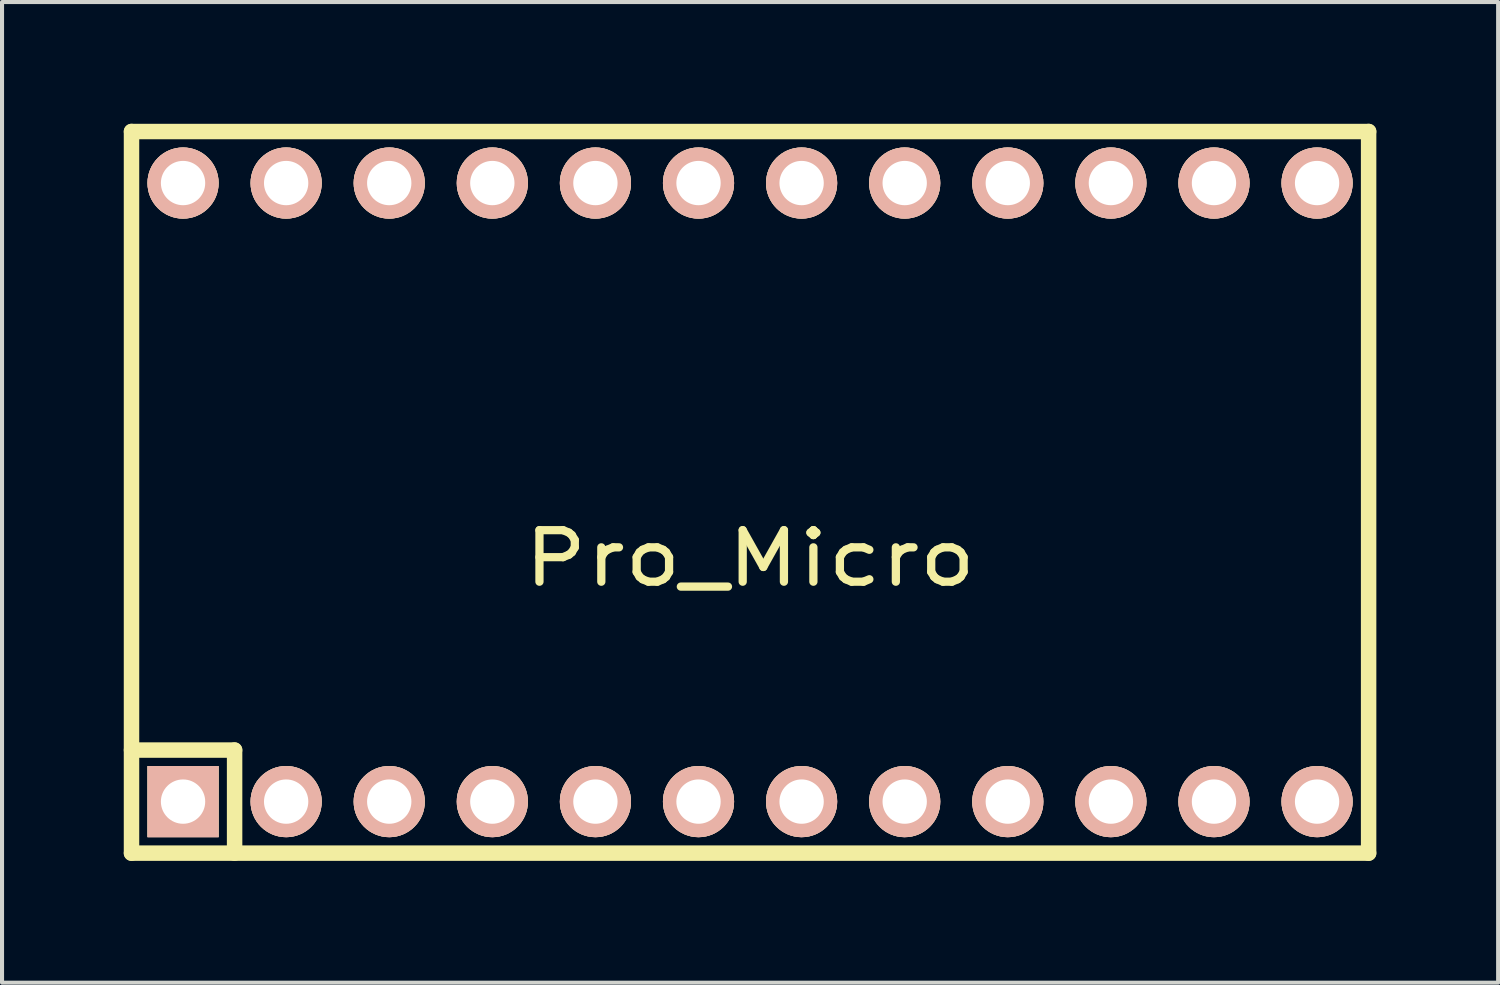
<source format=kicad_pcb>
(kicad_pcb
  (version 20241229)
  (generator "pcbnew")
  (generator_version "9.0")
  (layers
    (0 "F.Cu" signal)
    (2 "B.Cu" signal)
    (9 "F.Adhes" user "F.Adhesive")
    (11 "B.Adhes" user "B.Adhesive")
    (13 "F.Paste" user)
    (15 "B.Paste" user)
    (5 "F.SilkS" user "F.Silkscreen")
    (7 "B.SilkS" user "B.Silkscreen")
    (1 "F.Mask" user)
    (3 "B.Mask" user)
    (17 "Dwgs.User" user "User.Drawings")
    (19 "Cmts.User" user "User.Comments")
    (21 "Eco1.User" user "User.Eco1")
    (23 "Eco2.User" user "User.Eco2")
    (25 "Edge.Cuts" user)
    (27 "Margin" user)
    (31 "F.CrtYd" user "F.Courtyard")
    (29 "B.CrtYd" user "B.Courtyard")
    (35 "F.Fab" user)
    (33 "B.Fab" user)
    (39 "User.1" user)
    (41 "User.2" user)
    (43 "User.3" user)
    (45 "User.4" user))
  (footprint "Pro_Micro"
    (layer "F.Cu")
    (at 1.46 1.46)
    (property "Reference" "Pro_Micro" (at 13.97 9.245 0) (layer "F.SilkS") (effects (font (size 1.27 1.524) (thickness 0.203))))
    (attr through_hole)
    (fp_line (start -1.27 -1.27) (end -1.27 16.51) (stroke (width 0.381) (type solid)) (layer "F.SilkS"))
    (fp_line (start -1.27 13.97) (end 1.27 13.97) (stroke (width 0.381) (type solid)) (layer "F.SilkS"))
    (fp_line (start -1.27 16.51) (end 29.21 16.51) (stroke (width 0.381) (type solid)) (layer "F.SilkS"))
    (fp_line (start 1.27 13.97) (end 1.27 16.51) (stroke (width 0.381) (type solid)) (layer "F.SilkS"))
    (fp_line (start 29.21 -1.27) (end -1.27 -1.27) (stroke (width 0.381) (type solid)) (layer "F.SilkS"))
    (fp_line (start 29.21 16.51) (end 29.21 -1.27) (stroke (width 0.381) (type solid)) (layer "F.SilkS"))
    (pad "1" thru_hole rect (at 0 15.24) (size 1.753 1.753) (drill 1.092) (layers "*.Cu" "*.SilkS" "*.Mask"))
    (pad "2" thru_hole circle (at 2.54 15.24) (size 1.753 1.753) (drill 1.092) (layers "*.Cu" "*.SilkS" "*.Mask"))
    (pad "3" thru_hole circle (at 5.08 15.24) (size 1.753 1.753) (drill 1.092) (layers "*.Cu" "*.SilkS" "*.Mask"))
    (pad "4" thru_hole circle (at 7.62 15.24) (size 1.753 1.753) (drill 1.092) (layers "*.Cu" "*.SilkS" "*.Mask"))
    (pad "5" thru_hole circle (at 10.16 15.24) (size 1.753 1.753) (drill 1.092) (layers "*.Cu" "*.SilkS" "*.Mask"))
    (pad "6" thru_hole circle (at 12.7 15.24) (size 1.753 1.753) (drill 1.092) (layers "*.Cu" "*.SilkS" "*.Mask"))
    (pad "7" thru_hole circle (at 15.24 15.24) (size 1.753 1.753) (drill 1.092) (layers "*.Cu" "*.SilkS" "*.Mask"))
    (pad "8" thru_hole circle (at 17.78 15.24) (size 1.753 1.753) (drill 1.092) (layers "*.Cu" "*.SilkS" "*.Mask"))
    (pad "9" thru_hole circle (at 20.32 15.24) (size 1.753 1.753) (drill 1.092) (layers "*.Cu" "*.SilkS" "*.Mask"))
    (pad "10" thru_hole circle (at 22.86 15.24) (size 1.753 1.753) (drill 1.092) (layers "*.Cu" "*.SilkS" "*.Mask"))
    (pad "11" thru_hole circle (at 25.4 15.24) (size 1.753 1.753) (drill 1.092) (layers "*.Cu" "*.SilkS" "*.Mask"))
    (pad "12" thru_hole circle (at 27.94 15.24) (size 1.753 1.753) (drill 1.092) (layers "*.Cu" "*.SilkS" "*.Mask"))
    (pad "13" thru_hole circle (at 0 0) (size 1.753 1.753) (drill 1.092) (layers "*.Cu" "*.SilkS" "*.Mask"))
    (pad "14" thru_hole circle (at 2.54 0) (size 1.753 1.753) (drill 1.092) (layers "*.Cu" "*.SilkS" "*.Mask"))
    (pad "15" thru_hole circle (at 5.08 0) (size 1.753 1.753) (drill 1.092) (layers "*.Cu" "*.SilkS" "*.Mask"))
    (pad "16" thru_hole circle (at 7.62 0) (size 1.753 1.753) (drill 1.092) (layers "*.Cu" "*.SilkS" "*.Mask"))
    (pad "17" thru_hole circle (at 10.16 0) (size 1.753 1.753) (drill 1.092) (layers "*.Cu" "*.SilkS" "*.Mask"))
    (pad "18" thru_hole circle (at 12.7 0) (size 1.753 1.753) (drill 1.092) (layers "*.Cu" "*.SilkS" "*.Mask"))
    (pad "19" thru_hole circle (at 15.24 0) (size 1.753 1.753) (drill 1.092) (layers "*.Cu" "*.SilkS" "*.Mask"))
    (pad "20" thru_hole circle (at 17.78 0) (size 1.753 1.753) (drill 1.092) (layers "*.Cu" "*.SilkS" "*.Mask"))
    (pad "21" thru_hole circle (at 20.32 0) (size 1.753 1.753) (drill 1.092) (layers "*.Cu" "*.SilkS" "*.Mask"))
    (pad "22" thru_hole circle (at 22.86 0) (size 1.753 1.753) (drill 1.092) (layers "*.Cu" "*.SilkS" "*.Mask"))
    (pad "23" thru_hole circle (at 25.4 0) (size 1.753 1.753) (drill 1.092) (layers "*.Cu" "*.SilkS" "*.Mask"))
    (pad "24" thru_hole circle (at 27.94 0) (size 1.753 1.753) (drill 1.092) (layers "*.Cu" "*.SilkS" "*.Mask")))
  (gr_rect
    (start -3 -3)
    (end 33.861 21.161)
    (stroke (width 0.1) (type default))
    (fill no)
    (layer "Edge.Cuts")))
</source>
